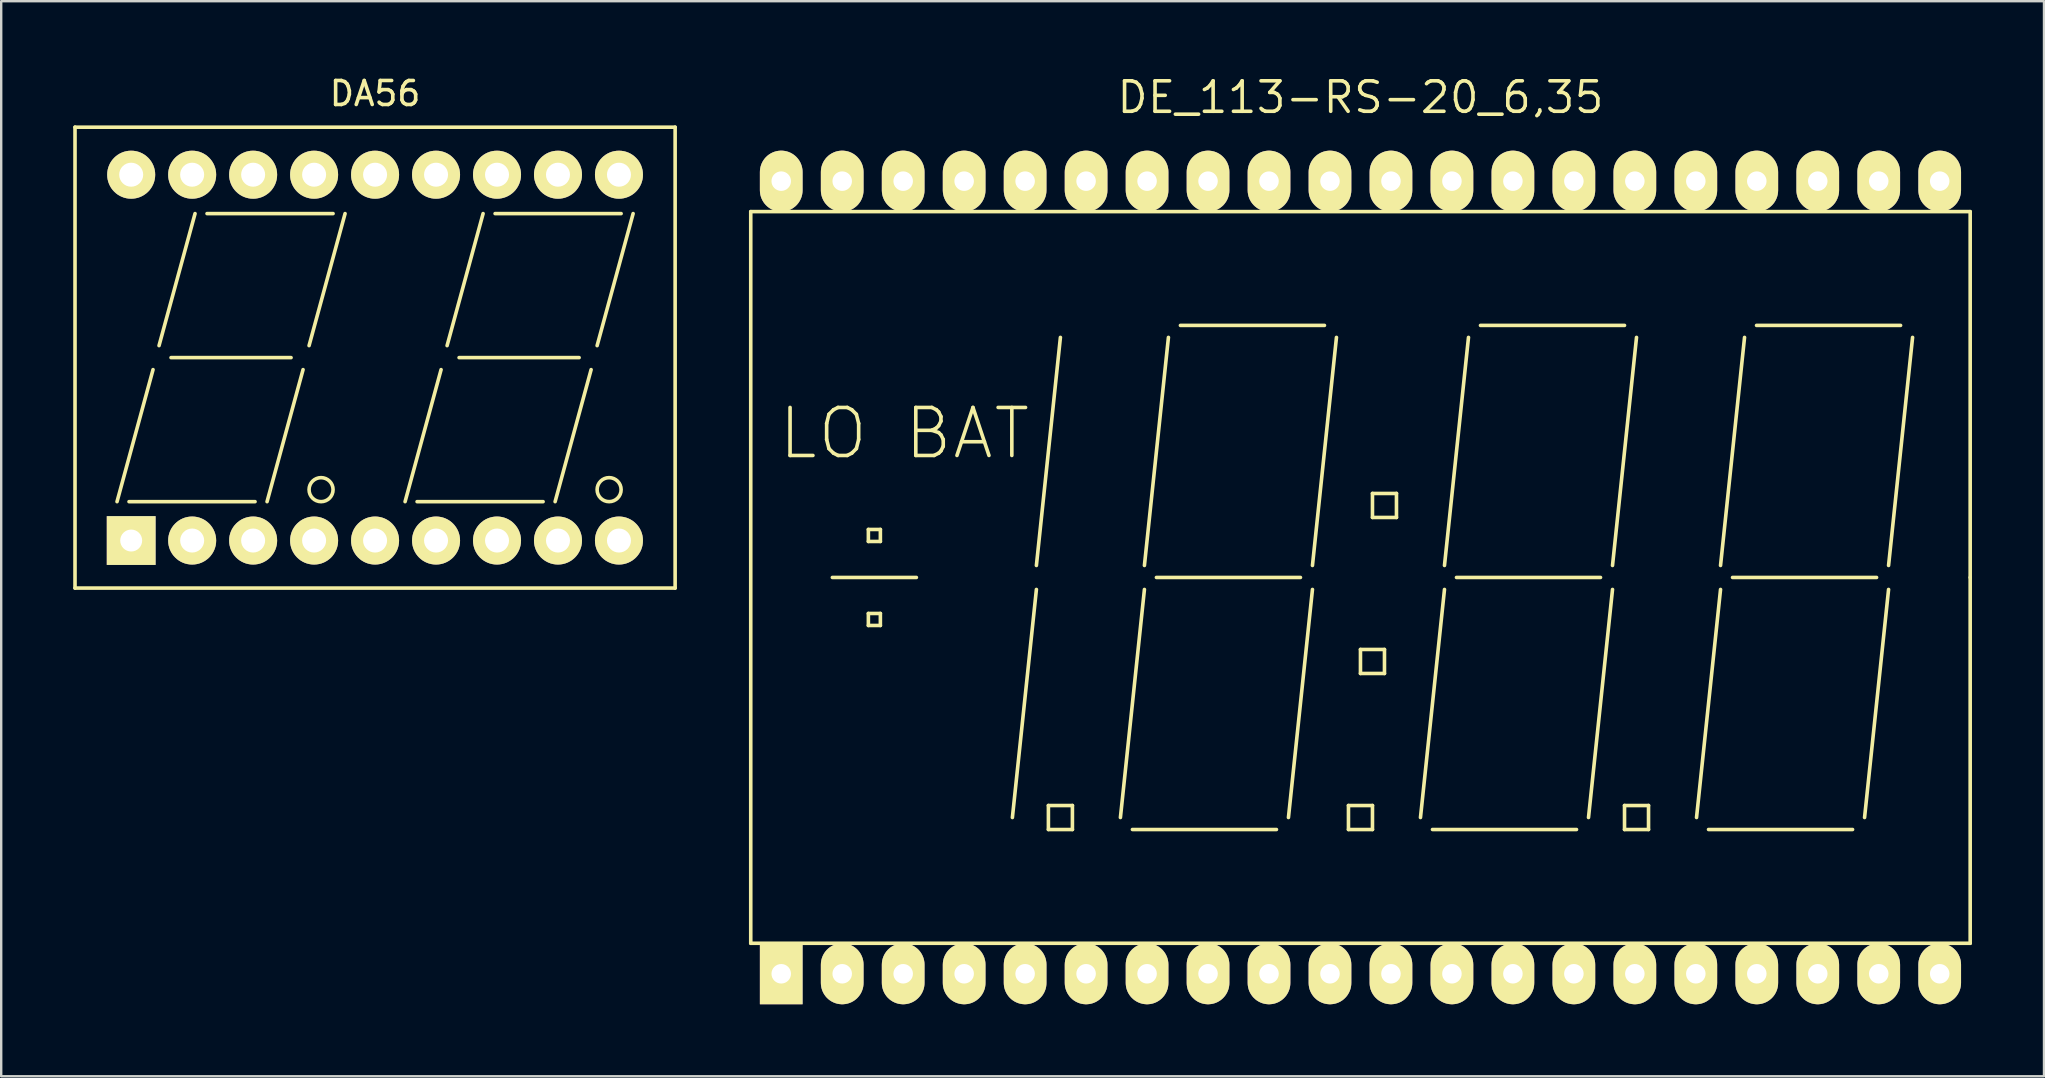
<source format=kicad_pcb>
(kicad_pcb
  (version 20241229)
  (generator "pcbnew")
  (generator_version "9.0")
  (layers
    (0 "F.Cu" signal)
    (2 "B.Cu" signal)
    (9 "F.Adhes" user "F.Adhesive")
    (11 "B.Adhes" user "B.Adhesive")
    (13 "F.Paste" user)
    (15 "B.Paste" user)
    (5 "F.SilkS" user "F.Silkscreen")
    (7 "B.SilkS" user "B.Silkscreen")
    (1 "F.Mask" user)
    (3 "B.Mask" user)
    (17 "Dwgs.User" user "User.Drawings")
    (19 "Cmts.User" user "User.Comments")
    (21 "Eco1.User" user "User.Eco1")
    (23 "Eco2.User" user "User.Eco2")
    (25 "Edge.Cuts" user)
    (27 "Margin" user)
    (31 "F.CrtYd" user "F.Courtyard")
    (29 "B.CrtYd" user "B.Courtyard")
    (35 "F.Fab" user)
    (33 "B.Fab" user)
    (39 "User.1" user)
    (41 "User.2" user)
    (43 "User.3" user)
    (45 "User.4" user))
  (footprint "DA56"
    (layer "F.Cu")
    (at 12.575 11.848)
    (property "Reference" "DA56" (at 0 -11 0) (layer "F.SilkS") (effects (font (size 1 1) (thickness 0.15))))
    (attr through_hole)
    (fp_line (start -12.5 -9.6) (end 12.5 -9.6) (stroke (width 0.15) (type solid)) (layer "F.SilkS"))
    (fp_line (start -12.5 9.6) (end -12.5 -9.6) (stroke (width 0.15) (type solid)) (layer "F.SilkS"))
    (fp_line (start -10.75 6) (end -9.25 0.5) (stroke (width 0.15) (type solid)) (layer "F.SilkS"))
    (fp_line (start -10.25 6) (end -5 6) (stroke (width 0.15) (type solid)) (layer "F.SilkS"))
    (fp_line (start -9 -0.5) (end -7.5 -6) (stroke (width 0.15) (type solid)) (layer "F.SilkS"))
    (fp_line (start -8.5 0) (end -3.5 0) (stroke (width 0.15) (type solid)) (layer "F.SilkS"))
    (fp_line (start -7 -6) (end -1.75 -6) (stroke (width 0.15) (type solid)) (layer "F.SilkS"))
    (fp_line (start -4.5 6) (end -3 0.5) (stroke (width 0.15) (type solid)) (layer "F.SilkS"))
    (fp_line (start -2.75 -0.5) (end -1.25 -6) (stroke (width 0.15) (type solid)) (layer "F.SilkS"))
    (fp_line (start 1.25 6) (end 2.75 0.5) (stroke (width 0.15) (type solid)) (layer "F.SilkS"))
    (fp_line (start 1.75 6) (end 7 6) (stroke (width 0.15) (type solid)) (layer "F.SilkS"))
    (fp_line (start 3 -0.5) (end 4.5 -6) (stroke (width 0.15) (type solid)) (layer "F.SilkS"))
    (fp_line (start 3.5 0) (end 8.5 0) (stroke (width 0.15) (type solid)) (layer "F.SilkS"))
    (fp_line (start 5 -6) (end 10.25 -6) (stroke (width 0.15) (type solid)) (layer "F.SilkS"))
    (fp_line (start 7.5 6) (end 9 0.5) (stroke (width 0.15) (type solid)) (layer "F.SilkS"))
    (fp_line (start 9.25 -0.5) (end 10.75 -6) (stroke (width 0.15) (type solid)) (layer "F.SilkS"))
    (fp_line (start 12.5 -9.6) (end 12.5 9.6) (stroke (width 0.15) (type solid)) (layer "F.SilkS"))
    (fp_line (start 12.5 9.6) (end -12.5 9.6) (stroke (width 0.15) (type solid)) (layer "F.SilkS"))
    (fp_circle (center -2.25 5.5) (end -2.25 6) (stroke (width 0.15) (type solid)) (fill no) (layer "F.SilkS"))
    (fp_circle (center 9.75 5.5) (end 9.75 6) (stroke (width 0.15) (type solid)) (fill no) (layer "F.SilkS"))
    (pad "1" thru_hole rect (at -10.16 7.62) (size 2.032 2.032) (drill 0.914) (layers "*.Cu" "*.Mask" "F.SilkS"))
    (pad "2" thru_hole circle (at -7.62 7.62) (size 2 2) (drill 1) (layers "*.Cu" "*.Mask" "F.SilkS"))
    (pad "3" thru_hole circle (at -5.08 7.62) (size 2 2) (drill 1) (layers "*.Cu" "*.Mask" "F.SilkS"))
    (pad "4" thru_hole circle (at -2.54 7.62) (size 2 2) (drill 1) (layers "*.Cu" "*.Mask" "F.SilkS"))
    (pad "5" thru_hole circle (at 0 7.62) (size 2 2) (drill 1) (layers "*.Cu" "*.Mask" "F.SilkS"))
    (pad "6" thru_hole circle (at 2.54 7.62) (size 2 2) (drill 1) (layers "*.Cu" "*.Mask" "F.SilkS"))
    (pad "7" thru_hole circle (at 5.08 7.62) (size 2 2) (drill 1) (layers "*.Cu" "*.Mask" "F.SilkS"))
    (pad "8" thru_hole circle (at 7.62 7.62) (size 2 2) (drill 1) (layers "*.Cu" "*.Mask" "F.SilkS"))
    (pad "9" thru_hole circle (at 10.16 7.62) (size 2 2) (drill 1) (layers "*.Cu" "*.Mask" "F.SilkS"))
    (pad "10" thru_hole circle (at 10.16 -7.62) (size 2 2) (drill 1) (layers "*.Cu" "*.Mask" "F.SilkS"))
    (pad "11" thru_hole circle (at 7.62 -7.62) (size 2 2) (drill 1) (layers "*.Cu" "*.Mask" "F.SilkS"))
    (pad "12" thru_hole circle (at 5.08 -7.62) (size 2 2) (drill 1) (layers "*.Cu" "*.Mask" "F.SilkS"))
    (pad "13" thru_hole circle (at 2.54 -7.62) (size 2 2) (drill 1) (layers "*.Cu" "*.Mask" "F.SilkS"))
    (pad "14" thru_hole circle (at 0 -7.62) (size 2 2) (drill 1) (layers "*.Cu" "*.Mask" "F.SilkS"))
    (pad "15" thru_hole circle (at -2.54 -7.62) (size 2 2) (drill 1) (layers "*.Cu" "*.Mask" "F.SilkS"))
    (pad "16" thru_hole circle (at -5.08 -7.62) (size 2 2) (drill 1) (layers "*.Cu" "*.Mask" "F.SilkS"))
    (pad "17" thru_hole circle (at -7.62 -7.62) (size 2 2) (drill 1) (layers "*.Cu" "*.Mask" "F.SilkS"))
    (pad "18" thru_hole circle (at -10.16 -7.62) (size 2 2) (drill 1) (layers "*.Cu" "*.Mask" "F.SilkS")))
  (footprint "DE_113-RS-20_6,35"
    (layer "F.Cu")
    (at 53.625 21.006)
    (property "Reference" "DE_113-RS-20_6,35" (at 0 -20 0) (layer "F.SilkS") (effects (font (size 1.27 1.27) (thickness 0.15))))
    (attr through_hole)
    (fp_line (start -25.4 -15.24) (end 25.4 -15.24) (stroke (width 0.15) (type solid)) (layer "F.SilkS"))
    (fp_line (start -25.4 15.24) (end -25.4 -15.24) (stroke (width 0.15) (type solid)) (layer "F.SilkS"))
    (fp_line (start -22 0) (end -18.5 0) (stroke (width 0.15) (type solid)) (layer "F.SilkS"))
    (fp_line (start -20.5 -2) (end -20.5 -1.5) (stroke (width 0.15) (type solid)) (layer "F.SilkS"))
    (fp_line (start -20.5 -1.5) (end -20 -1.5) (stroke (width 0.15) (type solid)) (layer "F.SilkS"))
    (fp_line (start -20.5 1.5) (end -20.5 2) (stroke (width 0.15) (type solid)) (layer "F.SilkS"))
    (fp_line (start -20.5 2) (end -20 2) (stroke (width 0.15) (type solid)) (layer "F.SilkS"))
    (fp_line (start -20 -2) (end -20.5 -2) (stroke (width 0.15) (type solid)) (layer "F.SilkS"))
    (fp_line (start -20 -1.5) (end -20 -2) (stroke (width 0.15) (type solid)) (layer "F.SilkS"))
    (fp_line (start -20 1.5) (end -20.5 1.5) (stroke (width 0.15) (type solid)) (layer "F.SilkS"))
    (fp_line (start -20 2) (end -20 1.5) (stroke (width 0.15) (type solid)) (layer "F.SilkS"))
    (fp_line (start -13.5 0.5) (end -14.5 10) (stroke (width 0.15) (type solid)) (layer "F.SilkS"))
    (fp_line (start -13 9.5) (end -12 9.5) (stroke (width 0.15) (type solid)) (layer "F.SilkS"))
    (fp_line (start -13 10.5) (end -13 9.5) (stroke (width 0.15) (type solid)) (layer "F.SilkS"))
    (fp_line (start -12.5 -10) (end -13.5 -0.5) (stroke (width 0.15) (type solid)) (layer "F.SilkS"))
    (fp_line (start -12 9.5) (end -12 10.5) (stroke (width 0.15) (type solid)) (layer "F.SilkS"))
    (fp_line (start -12 10.5) (end -13 10.5) (stroke (width 0.15) (type solid)) (layer "F.SilkS"))
    (fp_line (start -9.5 10.5) (end -3.5 10.5) (stroke (width 0.15) (type solid)) (layer "F.SilkS"))
    (fp_line (start -9 0.5) (end -10 10) (stroke (width 0.15) (type solid)) (layer "F.SilkS"))
    (fp_line (start -8.5 0) (end -2.5 0) (stroke (width 0.15) (type solid)) (layer "F.SilkS"))
    (fp_line (start -8 -10) (end -9 -0.5) (stroke (width 0.15) (type solid)) (layer "F.SilkS"))
    (fp_line (start -7.5 -10.5) (end -1.5 -10.5) (stroke (width 0.15) (type solid)) (layer "F.SilkS"))
    (fp_line (start -2 0.5) (end -3 10) (stroke (width 0.15) (type solid)) (layer "F.SilkS"))
    (fp_line (start -1 -10) (end -2 -0.5) (stroke (width 0.15) (type solid)) (layer "F.SilkS"))
    (fp_line (start -0.5 9.5) (end 0.5 9.5) (stroke (width 0.15) (type solid)) (layer "F.SilkS"))
    (fp_line (start -0.5 10.5) (end -0.5 9.5) (stroke (width 0.15) (type solid)) (layer "F.SilkS"))
    (fp_line (start 0 3) (end 1 3) (stroke (width 0.15) (type solid)) (layer "F.SilkS"))
    (fp_line (start 0 4) (end 0 3) (stroke (width 0.15) (type solid)) (layer "F.SilkS"))
    (fp_line (start 0.5 -3.5) (end 0.5 -2.5) (stroke (width 0.15) (type solid)) (layer "F.SilkS"))
    (fp_line (start 0.5 -2.5) (end 1.5 -2.5) (stroke (width 0.15) (type solid)) (layer "F.SilkS"))
    (fp_line (start 0.5 9.5) (end 0.5 10.5) (stroke (width 0.15) (type solid)) (layer "F.SilkS"))
    (fp_line (start 0.5 10.5) (end -0.5 10.5) (stroke (width 0.15) (type solid)) (layer "F.SilkS"))
    (fp_line (start 1 3) (end 1 4) (stroke (width 0.15) (type solid)) (layer "F.SilkS"))
    (fp_line (start 1 4) (end 0 4) (stroke (width 0.15) (type solid)) (layer "F.SilkS"))
    (fp_line (start 1.5 -3.5) (end 0.5 -3.5) (stroke (width 0.15) (type solid)) (layer "F.SilkS"))
    (fp_line (start 1.5 -2.5) (end 1.5 -3.5) (stroke (width 0.15) (type solid)) (layer "F.SilkS"))
    (fp_line (start 3 10.5) (end 9 10.5) (stroke (width 0.15) (type solid)) (layer "F.SilkS"))
    (fp_line (start 3.5 0.5) (end 2.5 10) (stroke (width 0.15) (type solid)) (layer "F.SilkS"))
    (fp_line (start 4 0) (end 10 0) (stroke (width 0.15) (type solid)) (layer "F.SilkS"))
    (fp_line (start 4.5 -10) (end 3.5 -0.5) (stroke (width 0.15) (type solid)) (layer "F.SilkS"))
    (fp_line (start 5 -10.5) (end 11 -10.5) (stroke (width 0.15) (type solid)) (layer "F.SilkS"))
    (fp_line (start 10.5 0.5) (end 9.5 10) (stroke (width 0.15) (type solid)) (layer "F.SilkS"))
    (fp_line (start 11 9.5) (end 12 9.5) (stroke (width 0.15) (type solid)) (layer "F.SilkS"))
    (fp_line (start 11 10.5) (end 11 9.5) (stroke (width 0.15) (type solid)) (layer "F.SilkS"))
    (fp_line (start 11.5 -10) (end 10.5 -0.5) (stroke (width 0.15) (type solid)) (layer "F.SilkS"))
    (fp_line (start 12 9.5) (end 12 10.5) (stroke (width 0.15) (type solid)) (layer "F.SilkS"))
    (fp_line (start 12 10.5) (end 11 10.5) (stroke (width 0.15) (type solid)) (layer "F.SilkS"))
    (fp_line (start 14.5 10.5) (end 20.5 10.5) (stroke (width 0.15) (type solid)) (layer "F.SilkS"))
    (fp_line (start 15 0.5) (end 14 10) (stroke (width 0.15) (type solid)) (layer "F.SilkS"))
    (fp_line (start 15.5 0) (end 21.5 0) (stroke (width 0.15) (type solid)) (layer "F.SilkS"))
    (fp_line (start 16 -10) (end 15 -0.5) (stroke (width 0.15) (type solid)) (layer "F.SilkS"))
    (fp_line (start 16.5 -10.5) (end 22.5 -10.5) (stroke (width 0.15) (type solid)) (layer "F.SilkS"))
    (fp_line (start 22 0.5) (end 21 10) (stroke (width 0.15) (type solid)) (layer "F.SilkS"))
    (fp_line (start 23 -10) (end 22 -0.5) (stroke (width 0.15) (type solid)) (layer "F.SilkS"))
    (fp_line (start 25.4 -15.24) (end 25.4 0) (stroke (width 0.15) (type solid)) (layer "F.SilkS"))
    (fp_line (start 25.4 0) (end 25.4 15.24) (stroke (width 0.15) (type solid)) (layer "F.SilkS"))
    (fp_line (start 25.4 15.24) (end -25.4 15.24) (stroke (width 0.15) (type solid)) (layer "F.SilkS"))
    (fp_text user "LO BAT" (at -19 -6 0) (layer "F.SilkS") (effects (font (size 2 2) (thickness 0.15))))
    (pad "1" thru_hole rect (at -24.13 16.51) (size 1.778 2.54) (drill 0.813) (layers "*.Cu" "*.Mask" "F.SilkS"))
    (pad "2" thru_hole oval (at -21.59 16.51) (size 1.778 2.54) (drill 0.813) (layers "*.Cu" "*.Mask" "F.SilkS"))
    (pad "3" thru_hole oval (at -19.05 16.51) (size 1.778 2.54) (drill 0.813) (layers "*.Cu" "*.Mask" "F.SilkS"))
    (pad "4" thru_hole oval (at -16.51 16.51) (size 1.778 2.54) (drill 0.813) (layers "*.Cu" "*.Mask" "F.SilkS"))
    (pad "5" thru_hole oval (at -13.97 16.51) (size 1.778 2.54) (drill 0.813) (layers "*.Cu" "*.Mask" "F.SilkS"))
    (pad "6" thru_hole oval (at -11.43 16.51) (size 1.778 2.54) (drill 0.813) (layers "*.Cu" "*.Mask" "F.SilkS"))
    (pad "7" thru_hole oval (at -8.89 16.51) (size 1.778 2.54) (drill 0.813) (layers "*.Cu" "*.Mask" "F.SilkS"))
    (pad "8" thru_hole oval (at -6.35 16.51) (size 1.778 2.54) (drill 0.813) (layers "*.Cu" "*.Mask" "F.SilkS"))
    (pad "9" thru_hole oval (at -3.81 16.51) (size 1.778 2.54) (drill 0.813) (layers "*.Cu" "*.Mask" "F.SilkS"))
    (pad "10" thru_hole oval (at -1.27 16.51) (size 1.778 2.54) (drill 0.813) (layers "*.Cu" "*.Mask" "F.SilkS"))
    (pad "11" thru_hole oval (at 1.27 16.51) (size 1.778 2.54) (drill 0.813) (layers "*.Cu" "*.Mask" "F.SilkS"))
    (pad "12" thru_hole oval (at 3.81 16.51) (size 1.778 2.54) (drill 0.813) (layers "*.Cu" "*.Mask" "F.SilkS"))
    (pad "13" thru_hole oval (at 6.35 16.51) (size 1.778 2.54) (drill 0.813) (layers "*.Cu" "*.Mask" "F.SilkS"))
    (pad "14" thru_hole oval (at 8.89 16.51) (size 1.778 2.54) (drill 0.813) (layers "*.Cu" "*.Mask" "F.SilkS"))
    (pad "15" thru_hole oval (at 11.43 16.51) (size 1.778 2.54) (drill 0.813) (layers "*.Cu" "*.Mask" "F.SilkS"))
    (pad "16" thru_hole oval (at 13.97 16.51) (size 1.778 2.54) (drill 0.813) (layers "*.Cu" "*.Mask" "F.SilkS"))
    (pad "17" thru_hole oval (at 16.51 16.51) (size 1.778 2.54) (drill 0.813) (layers "*.Cu" "*.Mask" "F.SilkS"))
    (pad "18" thru_hole oval (at 19.05 16.51) (size 1.778 2.54) (drill 0.813) (layers "*.Cu" "*.Mask" "F.SilkS"))
    (pad "19" thru_hole oval (at 21.59 16.51) (size 1.778 2.54) (drill 0.813) (layers "*.Cu" "*.Mask" "F.SilkS"))
    (pad "20" thru_hole oval (at 24.13 16.51) (size 1.778 2.54) (drill 0.813) (layers "*.Cu" "*.Mask" "F.SilkS"))
    (pad "21" thru_hole oval (at 24.13 -16.51) (size 1.778 2.54) (drill 0.813) (layers "*.Cu" "*.Mask" "F.SilkS"))
    (pad "22" thru_hole oval (at 21.59 -16.51) (size 1.778 2.54) (drill 0.813) (layers "*.Cu" "*.Mask" "F.SilkS"))
    (pad "23" thru_hole oval (at 19.05 -16.51) (size 1.778 2.54) (drill 0.813) (layers "*.Cu" "*.Mask" "F.SilkS"))
    (pad "24" thru_hole oval (at 16.51 -16.51) (size 1.778 2.54) (drill 0.813) (layers "*.Cu" "*.Mask" "F.SilkS"))
    (pad "25" thru_hole oval (at 13.97 -16.51) (size 1.778 2.54) (drill 0.813) (layers "*.Cu" "*.Mask" "F.SilkS"))
    (pad "26" thru_hole oval (at 11.43 -16.51) (size 1.778 2.54) (drill 0.813) (layers "*.Cu" "*.Mask" "F.SilkS"))
    (pad "27" thru_hole oval (at 8.89 -16.51) (size 1.778 2.54) (drill 0.813) (layers "*.Cu" "*.Mask" "F.SilkS"))
    (pad "28" thru_hole oval (at 6.35 -16.51) (size 1.778 2.54) (drill 0.813) (layers "*.Cu" "*.Mask" "F.SilkS"))
    (pad "29" thru_hole oval (at 3.81 -16.51) (size 1.778 2.54) (drill 0.813) (layers "*.Cu" "*.Mask" "F.SilkS"))
    (pad "30" thru_hole oval (at 1.27 -16.51) (size 1.778 2.54) (drill 0.813) (layers "*.Cu" "*.Mask" "F.SilkS"))
    (pad "31" thru_hole oval (at -1.27 -16.51) (size 1.778 2.54) (drill 0.813) (layers "*.Cu" "*.Mask" "F.SilkS"))
    (pad "32" thru_hole oval (at -3.81 -16.51) (size 1.778 2.54) (drill 0.813) (layers "*.Cu" "*.Mask" "F.SilkS"))
    (pad "33" thru_hole oval (at -6.35 -16.51) (size 1.778 2.54) (drill 0.813) (layers "*.Cu" "*.Mask" "F.SilkS"))
    (pad "34" thru_hole oval (at -8.89 -16.51) (size 1.778 2.54) (drill 0.813) (layers "*.Cu" "*.Mask" "F.SilkS"))
    (pad "35" thru_hole oval (at -11.43 -16.51) (size 1.778 2.54) (drill 0.813) (layers "*.Cu" "*.Mask" "F.SilkS"))
    (pad "36" thru_hole oval (at -13.97 -16.51) (size 1.778 2.54) (drill 0.813) (layers "*.Cu" "*.Mask" "F.SilkS"))
    (pad "37" thru_hole oval (at -16.51 -16.51) (size 1.778 2.54) (drill 0.813) (layers "*.Cu" "*.Mask" "F.SilkS"))
    (pad "38" thru_hole oval (at -19.05 -16.51) (size 1.778 2.54) (drill 0.813) (layers "*.Cu" "*.Mask" "F.SilkS"))
    (pad "39" thru_hole oval (at -21.59 -16.51) (size 1.778 2.54) (drill 0.813) (layers "*.Cu" "*.Mask" "F.SilkS"))
    (pad "40" thru_hole oval (at -24.13 -16.51) (size 1.778 2.54) (drill 0.813) (layers "*.Cu" "*.Mask" "F.SilkS")))
  (gr_rect
    (start -3 -3)
    (end 82.1 41.786)
    (stroke (width 0.1) (type default))
    (fill no)
    (layer "Edge.Cuts")))
</source>
